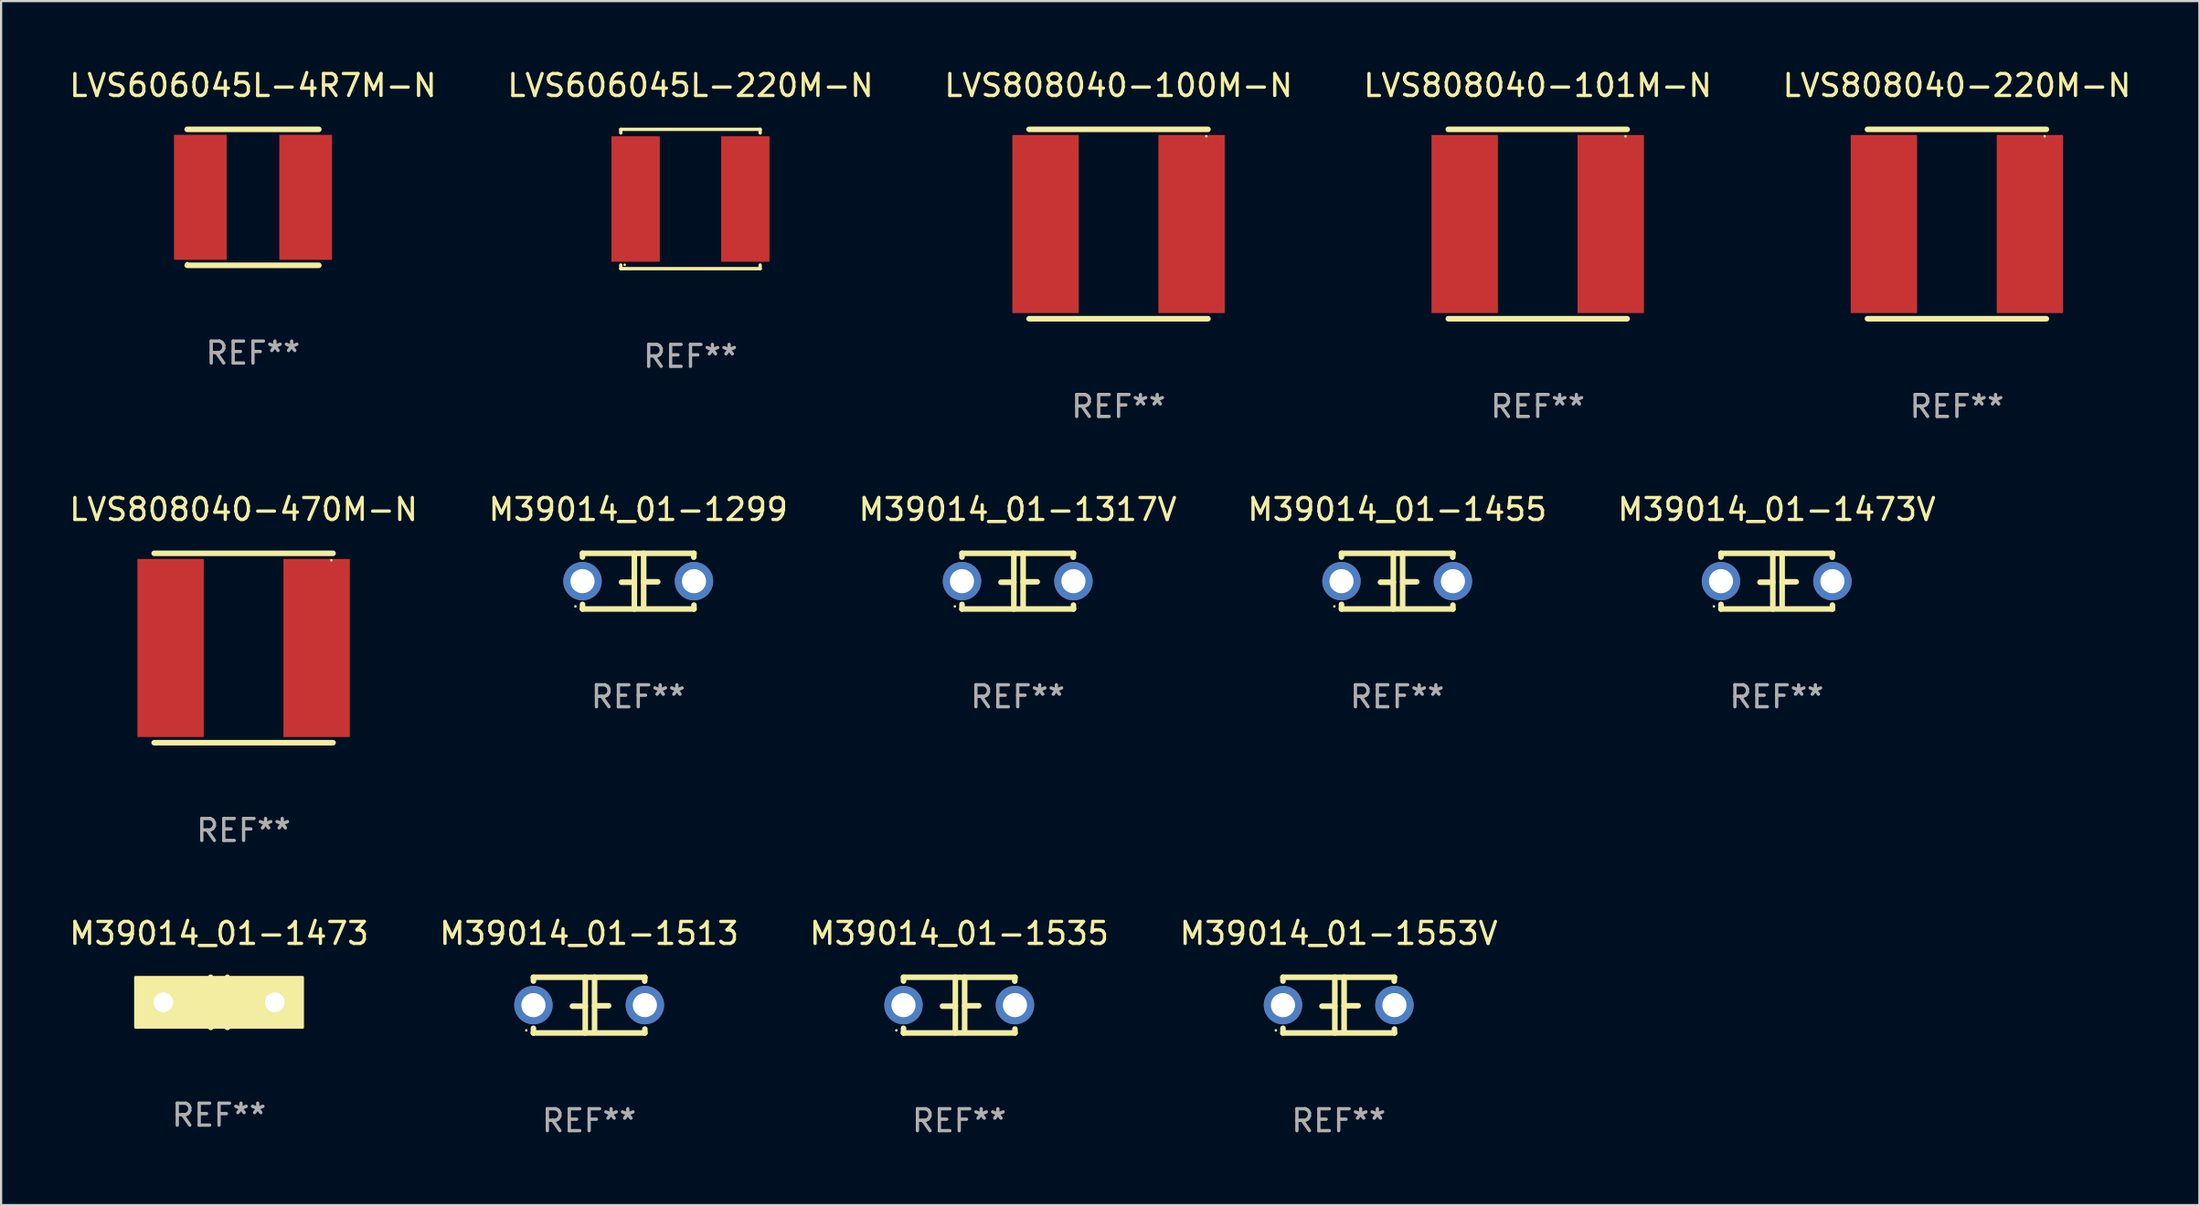
<source format=kicad_pcb>
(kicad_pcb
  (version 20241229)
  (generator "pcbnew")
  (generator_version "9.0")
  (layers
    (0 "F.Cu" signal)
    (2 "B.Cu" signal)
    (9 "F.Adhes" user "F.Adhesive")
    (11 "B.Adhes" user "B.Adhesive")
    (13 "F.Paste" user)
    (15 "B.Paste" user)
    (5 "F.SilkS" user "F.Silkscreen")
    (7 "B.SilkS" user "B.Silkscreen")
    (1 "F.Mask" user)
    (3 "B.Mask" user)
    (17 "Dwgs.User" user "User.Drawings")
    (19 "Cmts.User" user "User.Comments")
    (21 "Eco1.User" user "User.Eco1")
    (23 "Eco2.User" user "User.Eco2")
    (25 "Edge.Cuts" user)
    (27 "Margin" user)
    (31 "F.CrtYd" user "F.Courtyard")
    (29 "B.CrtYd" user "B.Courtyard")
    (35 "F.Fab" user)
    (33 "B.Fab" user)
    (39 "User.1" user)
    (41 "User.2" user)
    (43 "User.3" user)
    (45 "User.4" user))
  (footprint "M39014_01-1473"
    (layer "F.Cu")
    (at 6.935 42.656)
    (property "Reference" "M39014_01-1473" (at 0 -3.143 0) (layer "F.SilkS") (effects (font (size 1 1) (thickness 0.15))))
    (attr through_hole)
    (fp_line (start -0.381 -0.017) (end -0.889 -0.017) (stroke (width 0.254) (type solid)) (layer "F.SilkS"))
    (fp_line (start -0.381 1.143) (end -0.381 -1.143) (stroke (width 0.254) (type solid)) (layer "F.SilkS"))
    (fp_line (start 0.381 -1.143) (end 0.381 1.143) (stroke (width 0.254) (type solid)) (layer "F.SilkS"))
    (fp_line (start 0.381 0.017) (end 0.889 0.017) (stroke (width 0.254) (type solid)) (layer "F.SilkS"))
    (fp_circle (center -3.7 1.15) (end -3.67 1.15) (stroke (width 0.06) (type solid)) (fill no) (layer "F.SilkS"))
    (fp_poly (pts (xy -3.81 -1.143) (xy 3.81 -1.143) (xy 3.81 1.143) (xy -3.81 1.143)) (stroke (width 0.12) (type solid)) (fill yes) (layer "F.SilkS"))
    (fp_text user "REF**" (at 0 5.143 0) (layer "F.Fab") (effects (font (size 1 1) (thickness 0.15))))
    (pad "1" thru_hole circle (at -2.54 0) (size 1.524 1.524) (drill 0.9) (layers "*.Cu" "*.Mask"))
    (pad "2" thru_hole circle (at 2.54 0) (size 1.524 1.524) (drill 0.9) (layers "*.Cu" "*.Mask")))
  (footprint "M39014_01-1513"
    (layer "F.Cu")
    (at 23.804 42.783)
    (property "Reference" "M39014_01-1513" (at 0 -3.27 0) (layer "F.SilkS") (effects (font (size 1 1) (thickness 0.15))))
    (attr through_hole)
    (fp_line (start -2.54 -1.27) (end 2.54 -1.27) (stroke (width 0.254) (type solid)) (layer "F.SilkS"))
    (fp_line (start -2.54 -1.097) (end -2.54 -1.27) (stroke (width 0.254) (type solid)) (layer "F.SilkS"))
    (fp_line (start -2.54 1.27) (end -2.54 1.059) (stroke (width 0.254) (type solid)) (layer "F.SilkS"))
    (fp_line (start -0.177 -1.27) (end -0.177 1.27) (stroke (width 0.254) (type solid)) (layer "F.SilkS"))
    (fp_line (start -0.177 0.048) (end -0.762 0.048) (stroke (width 0.254) (type solid)) (layer "F.SilkS"))
    (fp_line (start 0.247 -1.27) (end 0.247 1.143) (stroke (width 0.254) (type solid)) (layer "F.SilkS"))
    (fp_line (start 0.247 0.029) (end 0.889 0.029) (stroke (width 0.254) (type solid)) (layer "F.SilkS"))
    (fp_line (start 2.54 -1.27) (end 2.531 -1.092) (stroke (width 0.254) (type solid)) (layer "F.SilkS"))
    (fp_line (start 2.54 1.092) (end 2.54 1.27) (stroke (width 0.254) (type solid)) (layer "F.SilkS"))
    (fp_line (start 2.54 1.27) (end -2.54 1.27) (stroke (width 0.254) (type solid)) (layer "F.SilkS"))
    (fp_circle (center -2.865 1.15) (end -2.835 1.15) (stroke (width 0.06) (type solid)) (fill no) (layer "F.SilkS"))
    (fp_text user "REF**" (at 0 5.27 0) (layer "F.Fab") (effects (font (size 1 1) (thickness 0.15))))
    (pad "1" thru_hole circle (at -2.54 0) (size 1.75 1.75) (drill 1.1) (layers "*.Cu" "*.Mask"))
    (pad "2" thru_hole circle (at 2.54 0) (size 1.75 1.75) (drill 1.1) (layers "*.Cu" "*.Mask")))
  (footprint "M39014_01-1317V"
    (layer "F.Cu")
    (at 43.339 23.451)
    (property "Reference" "M39014_01-1317V" (at 0 -3.27 0) (layer "F.SilkS") (effects (font (size 1 1) (thickness 0.15))))
    (attr through_hole)
    (fp_line (start -2.54 -1.27) (end 2.54 -1.27) (stroke (width 0.254) (type solid)) (layer "F.SilkS"))
    (fp_line (start -2.54 -1.097) (end -2.54 -1.27) (stroke (width 0.254) (type solid)) (layer "F.SilkS"))
    (fp_line (start -2.54 1.27) (end -2.54 1.059) (stroke (width 0.254) (type solid)) (layer "F.SilkS"))
    (fp_line (start -0.177 -1.27) (end -0.177 1.27) (stroke (width 0.254) (type solid)) (layer "F.SilkS"))
    (fp_line (start -0.177 0.048) (end -0.762 0.048) (stroke (width 0.254) (type solid)) (layer "F.SilkS"))
    (fp_line (start 0.247 -1.27) (end 0.247 1.143) (stroke (width 0.254) (type solid)) (layer "F.SilkS"))
    (fp_line (start 0.247 0.029) (end 0.889 0.029) (stroke (width 0.254) (type solid)) (layer "F.SilkS"))
    (fp_line (start 2.54 -1.27) (end 2.531 -1.092) (stroke (width 0.254) (type solid)) (layer "F.SilkS"))
    (fp_line (start 2.54 1.092) (end 2.54 1.27) (stroke (width 0.254) (type solid)) (layer "F.SilkS"))
    (fp_line (start 2.54 1.27) (end -2.54 1.27) (stroke (width 0.254) (type solid)) (layer "F.SilkS"))
    (fp_circle (center -2.865 1.15) (end -2.835 1.15) (stroke (width 0.06) (type solid)) (fill no) (layer "F.SilkS"))
    (fp_text user "REF**" (at 0 5.27 0) (layer "F.Fab") (effects (font (size 1 1) (thickness 0.15))))
    (pad "1" thru_hole circle (at -2.54 0) (size 1.75 1.75) (drill 1.1) (layers "*.Cu" "*.Mask"))
    (pad "2" thru_hole circle (at 2.54 0) (size 1.75 1.75) (drill 1.1) (layers "*.Cu" "*.Mask")))
  (footprint "LVS808040-100M-N"
    (layer "F.Cu")
    (at 47.935 7.166)
    (property "Reference" "LVS808040-100M-N" (at 0 -6.318 0) (layer "F.SilkS") (effects (font (size 1 1) (thickness 0.15))))
    (attr through_hole)
    (fp_line (start -4.076 -4.318) (end 4.076 -4.318) (stroke (width 0.254) (type solid)) (layer "F.SilkS"))
    (fp_line (start -4.076 4.318) (end 4.076 4.318) (stroke (width 0.254) (type solid)) (layer "F.SilkS"))
    (fp_circle (center 4 -4) (end 4.03 -4) (stroke (width 0.06) (type solid)) (fill no) (layer "F.SilkS"))
    (fp_text user "REF**" (at 0 8.318 0) (layer "F.Fab") (effects (font (size 1 1) (thickness 0.15))))
    (pad "1" smd rect (at 3.328 0) (size 3.024 8.12) (layers "F.Cu" "F.Mask" "F.Paste"))
    (pad "2" smd rect (at -3.328 0) (size 3.024 8.12) (layers "F.Cu" "F.Mask" "F.Paste")))
  (footprint "M39014_01-1473V"
    (layer "F.Cu")
    (at 77.935 23.451)
    (property "Reference" "M39014_01-1473V" (at 0 -3.27 0) (layer "F.SilkS") (effects (font (size 1 1) (thickness 0.15))))
    (attr through_hole)
    (fp_line (start -2.54 -1.27) (end 2.54 -1.27) (stroke (width 0.254) (type solid)) (layer "F.SilkS"))
    (fp_line (start -2.54 -1.097) (end -2.54 -1.27) (stroke (width 0.254) (type solid)) (layer "F.SilkS"))
    (fp_line (start -2.54 1.27) (end -2.54 1.059) (stroke (width 0.254) (type solid)) (layer "F.SilkS"))
    (fp_line (start -0.177 -1.27) (end -0.177 1.27) (stroke (width 0.254) (type solid)) (layer "F.SilkS"))
    (fp_line (start -0.177 0.048) (end -0.762 0.048) (stroke (width 0.254) (type solid)) (layer "F.SilkS"))
    (fp_line (start 0.247 -1.27) (end 0.247 1.143) (stroke (width 0.254) (type solid)) (layer "F.SilkS"))
    (fp_line (start 0.247 0.029) (end 0.889 0.029) (stroke (width 0.254) (type solid)) (layer "F.SilkS"))
    (fp_line (start 2.54 -1.27) (end 2.531 -1.092) (stroke (width 0.254) (type solid)) (layer "F.SilkS"))
    (fp_line (start 2.54 1.092) (end 2.54 1.27) (stroke (width 0.254) (type solid)) (layer "F.SilkS"))
    (fp_line (start 2.54 1.27) (end -2.54 1.27) (stroke (width 0.254) (type solid)) (layer "F.SilkS"))
    (fp_circle (center -2.865 1.15) (end -2.835 1.15) (stroke (width 0.06) (type solid)) (fill no) (layer "F.SilkS"))
    (fp_text user "REF**" (at 0 5.27 0) (layer "F.Fab") (effects (font (size 1 1) (thickness 0.15))))
    (pad "1" thru_hole circle (at -2.54 0) (size 1.75 1.75) (drill 1.1) (layers "*.Cu" "*.Mask"))
    (pad "2" thru_hole circle (at 2.54 0) (size 1.75 1.75) (drill 1.1) (layers "*.Cu" "*.Mask")))
  (footprint "M39014_01-1299"
    (layer "F.Cu")
    (at 26.042 23.451)
    (property "Reference" "M39014_01-1299" (at 0 -3.27 0) (layer "F.SilkS") (effects (font (size 1 1) (thickness 0.15))))
    (attr through_hole)
    (fp_line (start -2.54 -1.27) (end 2.54 -1.27) (stroke (width 0.254) (type solid)) (layer "F.SilkS"))
    (fp_line (start -2.54 -1.097) (end -2.54 -1.27) (stroke (width 0.254) (type solid)) (layer "F.SilkS"))
    (fp_line (start -2.54 1.27) (end -2.54 1.059) (stroke (width 0.254) (type solid)) (layer "F.SilkS"))
    (fp_line (start -0.177 -1.27) (end -0.177 1.27) (stroke (width 0.254) (type solid)) (layer "F.SilkS"))
    (fp_line (start -0.177 0.048) (end -0.762 0.048) (stroke (width 0.254) (type solid)) (layer "F.SilkS"))
    (fp_line (start 0.247 -1.27) (end 0.247 1.143) (stroke (width 0.254) (type solid)) (layer "F.SilkS"))
    (fp_line (start 0.247 0.029) (end 0.889 0.029) (stroke (width 0.254) (type solid)) (layer "F.SilkS"))
    (fp_line (start 2.54 -1.27) (end 2.531 -1.092) (stroke (width 0.254) (type solid)) (layer "F.SilkS"))
    (fp_line (start 2.54 1.092) (end 2.54 1.27) (stroke (width 0.254) (type solid)) (layer "F.SilkS"))
    (fp_line (start 2.54 1.27) (end -2.54 1.27) (stroke (width 0.254) (type solid)) (layer "F.SilkS"))
    (fp_circle (center -2.865 1.15) (end -2.835 1.15) (stroke (width 0.06) (type solid)) (fill no) (layer "F.SilkS"))
    (fp_text user "REF**" (at 0 5.27 0) (layer "F.Fab") (effects (font (size 1 1) (thickness 0.15))))
    (pad "1" thru_hole circle (at -2.54 0) (size 1.75 1.75) (drill 1.1) (layers "*.Cu" "*.Mask"))
    (pad "2" thru_hole circle (at 2.54 0) (size 1.75 1.75) (drill 1.1) (layers "*.Cu" "*.Mask")))
  (footprint "LVS606045L-220M-N"
    (layer "F.Cu")
    (at 28.423 6.024)
    (property "Reference" "LVS606045L-220M-N" (at 0 -5.176 0) (layer "F.SilkS") (effects (font (size 1 1) (thickness 0.15))))
    (attr through_hole)
    (fp_line (start -3.176 -3.176) (end 3.176 -3.176) (stroke (width 0.152) (type solid)) (layer "F.SilkS"))
    (fp_line (start -3.176 -3.012) (end -3.176 -3.176) (stroke (width 0.152) (type solid)) (layer "F.SilkS"))
    (fp_line (start -3.176 3.012) (end -3.176 3.176) (stroke (width 0.152) (type solid)) (layer "F.SilkS"))
    (fp_line (start -3.176 3.176) (end 3.176 3.176) (stroke (width 0.152) (type solid)) (layer "F.SilkS"))
    (fp_line (start 3.176 -3.176) (end 3.176 -3.012) (stroke (width 0.152) (type solid)) (layer "F.SilkS"))
    (fp_line (start 3.176 3.176) (end 3.176 3.012) (stroke (width 0.152) (type solid)) (layer "F.SilkS"))
    (fp_circle (center -3 3) (end -2.97 3) (stroke (width 0.06) (type solid)) (fill no) (layer "F.SilkS"))
    (fp_text user "REF**" (at 0 7.176 0) (layer "F.Fab") (effects (font (size 1 1) (thickness 0.15))))
    (pad "1" smd rect (at -2.5 0) (size 2.2 5.72) (layers "F.Cu" "F.Mask" "F.Paste"))
    (pad "2" smd rect (at 2.5 0) (size 2.2 5.72) (layers "F.Cu" "F.Mask" "F.Paste")))
  (footprint "M39014_01-1455"
    (layer "F.Cu")
    (at 60.637 23.451)
    (property "Reference" "M39014_01-1455" (at 0 -3.27 0) (layer "F.SilkS") (effects (font (size 1 1) (thickness 0.15))))
    (attr through_hole)
    (fp_line (start -2.54 -1.27) (end 2.54 -1.27) (stroke (width 0.254) (type solid)) (layer "F.SilkS"))
    (fp_line (start -2.54 -1.097) (end -2.54 -1.27) (stroke (width 0.254) (type solid)) (layer "F.SilkS"))
    (fp_line (start -2.54 1.27) (end -2.54 1.059) (stroke (width 0.254) (type solid)) (layer "F.SilkS"))
    (fp_line (start -0.177 -1.27) (end -0.177 1.27) (stroke (width 0.254) (type solid)) (layer "F.SilkS"))
    (fp_line (start -0.177 0.048) (end -0.762 0.048) (stroke (width 0.254) (type solid)) (layer "F.SilkS"))
    (fp_line (start 0.247 -1.27) (end 0.247 1.143) (stroke (width 0.254) (type solid)) (layer "F.SilkS"))
    (fp_line (start 0.247 0.029) (end 0.889 0.029) (stroke (width 0.254) (type solid)) (layer "F.SilkS"))
    (fp_line (start 2.54 -1.27) (end 2.531 -1.092) (stroke (width 0.254) (type solid)) (layer "F.SilkS"))
    (fp_line (start 2.54 1.092) (end 2.54 1.27) (stroke (width 0.254) (type solid)) (layer "F.SilkS"))
    (fp_line (start 2.54 1.27) (end -2.54 1.27) (stroke (width 0.254) (type solid)) (layer "F.SilkS"))
    (fp_circle (center -2.865 1.15) (end -2.835 1.15) (stroke (width 0.06) (type solid)) (fill no) (layer "F.SilkS"))
    (fp_text user "REF**" (at 0 5.27 0) (layer "F.Fab") (effects (font (size 1 1) (thickness 0.15))))
    (pad "1" thru_hole circle (at -2.54 0) (size 1.75 1.75) (drill 1.1) (layers "*.Cu" "*.Mask"))
    (pad "2" thru_hole circle (at 2.54 0) (size 1.75 1.75) (drill 1.1) (layers "*.Cu" "*.Mask")))
  (footprint "LVS808040-101M-N"
    (layer "F.Cu")
    (at 67.042 7.166)
    (property "Reference" "LVS808040-101M-N" (at 0 -6.318 0) (layer "F.SilkS") (effects (font (size 1 1) (thickness 0.15))))
    (attr through_hole)
    (fp_line (start -4.076 -4.318) (end 4.076 -4.318) (stroke (width 0.254) (type solid)) (layer "F.SilkS"))
    (fp_line (start -4.076 4.318) (end 4.076 4.318) (stroke (width 0.254) (type solid)) (layer "F.SilkS"))
    (fp_circle (center 4 -4) (end 4.03 -4) (stroke (width 0.06) (type solid)) (fill no) (layer "F.SilkS"))
    (fp_text user "REF**" (at 0 8.318 0) (layer "F.Fab") (effects (font (size 1 1) (thickness 0.15))))
    (pad "1" smd rect (at 3.328 0) (size 3.024 8.12) (layers "F.Cu" "F.Mask" "F.Paste"))
    (pad "2" smd rect (at -3.328 0) (size 3.024 8.12) (layers "F.Cu" "F.Mask" "F.Paste")))
  (footprint "M39014_01-1535"
    (layer "F.Cu")
    (at 40.673 42.783)
    (property "Reference" "M39014_01-1535" (at 0 -3.27 0) (layer "F.SilkS") (effects (font (size 1 1) (thickness 0.15))))
    (attr through_hole)
    (fp_line (start -2.54 -1.27) (end 2.54 -1.27) (stroke (width 0.254) (type solid)) (layer "F.SilkS"))
    (fp_line (start -2.54 -1.097) (end -2.54 -1.27) (stroke (width 0.254) (type solid)) (layer "F.SilkS"))
    (fp_line (start -2.54 1.27) (end -2.54 1.059) (stroke (width 0.254) (type solid)) (layer "F.SilkS"))
    (fp_line (start -0.177 -1.27) (end -0.177 1.27) (stroke (width 0.254) (type solid)) (layer "F.SilkS"))
    (fp_line (start -0.177 0.048) (end -0.762 0.048) (stroke (width 0.254) (type solid)) (layer "F.SilkS"))
    (fp_line (start 0.247 -1.27) (end 0.247 1.143) (stroke (width 0.254) (type solid)) (layer "F.SilkS"))
    (fp_line (start 0.247 0.029) (end 0.889 0.029) (stroke (width 0.254) (type solid)) (layer "F.SilkS"))
    (fp_line (start 2.54 -1.27) (end 2.531 -1.092) (stroke (width 0.254) (type solid)) (layer "F.SilkS"))
    (fp_line (start 2.54 1.092) (end 2.54 1.27) (stroke (width 0.254) (type solid)) (layer "F.SilkS"))
    (fp_line (start 2.54 1.27) (end -2.54 1.27) (stroke (width 0.254) (type solid)) (layer "F.SilkS"))
    (fp_circle (center -2.865 1.15) (end -2.835 1.15) (stroke (width 0.06) (type solid)) (fill no) (layer "F.SilkS"))
    (fp_text user "REF**" (at 0 5.27 0) (layer "F.Fab") (effects (font (size 1 1) (thickness 0.15))))
    (pad "1" thru_hole circle (at -2.54 0) (size 1.75 1.75) (drill 1.1) (layers "*.Cu" "*.Mask"))
    (pad "2" thru_hole circle (at 2.54 0) (size 1.75 1.75) (drill 1.1) (layers "*.Cu" "*.Mask")))
  (footprint "LVS808040-470M-N"
    (layer "F.Cu")
    (at 8.054 26.499)
    (property "Reference" "LVS808040-470M-N" (at 0 -6.318 0) (layer "F.SilkS") (effects (font (size 1 1) (thickness 0.15))))
    (attr through_hole)
    (fp_line (start -4.076 -4.318) (end 4.076 -4.318) (stroke (width 0.254) (type solid)) (layer "F.SilkS"))
    (fp_line (start -4.076 4.318) (end 4.076 4.318) (stroke (width 0.254) (type solid)) (layer "F.SilkS"))
    (fp_circle (center 4 -4) (end 4.03 -4) (stroke (width 0.06) (type solid)) (fill no) (layer "F.SilkS"))
    (fp_text user "REF**" (at 0 8.318 0) (layer "F.Fab") (effects (font (size 1 1) (thickness 0.15))))
    (pad "1" smd rect (at 3.328 0) (size 3.024 8.12) (layers "F.Cu" "F.Mask" "F.Paste"))
    (pad "2" smd rect (at -3.328 0) (size 3.024 8.12) (layers "F.Cu" "F.Mask" "F.Paste")))
  (footprint "LVS606045L-4R7M-N"
    (layer "F.Cu")
    (at 8.482 5.948)
    (property "Reference" "LVS606045L-4R7M-N" (at 0 -5.1 0) (layer "F.SilkS") (effects (font (size 1 1) (thickness 0.15))))
    (attr through_hole)
    (fp_line (start -3 -3.1) (end 3 -3.1) (stroke (width 0.254) (type solid)) (layer "F.SilkS"))
    (fp_line (start -3 3.1) (end 3 3.1) (stroke (width 0.254) (type solid)) (layer "F.SilkS"))
    (fp_circle (center -3 3) (end -2.97 3) (stroke (width 0.06) (type solid)) (fill no) (layer "F.SilkS"))
    (fp_text user "REF**" (at 0 7.1 0) (layer "F.Fab") (effects (font (size 1 1) (thickness 0.15))))
    (pad "1" smd rect (at -2.4 0) (size 2.4 5.7) (layers "F.Cu" "F.Mask" "F.Paste"))
    (pad "2" smd rect (at 2.4 0) (size 2.4 5.7) (layers "F.Cu" "F.Mask" "F.Paste")))
  (footprint "LVS808040-220M-N"
    (layer "F.Cu")
    (at 86.149 7.166)
    (property "Reference" "LVS808040-220M-N" (at 0 -6.318 0) (layer "F.SilkS") (effects (font (size 1 1) (thickness 0.15))))
    (attr through_hole)
    (fp_line (start -4.076 -4.318) (end 4.076 -4.318) (stroke (width 0.254) (type solid)) (layer "F.SilkS"))
    (fp_line (start -4.076 4.318) (end 4.076 4.318) (stroke (width 0.254) (type solid)) (layer "F.SilkS"))
    (fp_circle (center 4 -4) (end 4.03 -4) (stroke (width 0.06) (type solid)) (fill no) (layer "F.SilkS"))
    (fp_text user "REF**" (at 0 8.318 0) (layer "F.Fab") (effects (font (size 1 1) (thickness 0.15))))
    (pad "1" smd rect (at 3.328 0) (size 3.024 8.12) (layers "F.Cu" "F.Mask" "F.Paste"))
    (pad "2" smd rect (at -3.328 0) (size 3.024 8.12) (layers "F.Cu" "F.Mask" "F.Paste")))
  (footprint "M39014_01-1553V"
    (layer "F.Cu")
    (at 57.97 42.783)
    (property "Reference" "M39014_01-1553V" (at 0 -3.27 0) (layer "F.SilkS") (effects (font (size 1 1) (thickness 0.15))))
    (attr through_hole)
    (fp_line (start -2.54 -1.27) (end 2.54 -1.27) (stroke (width 0.254) (type solid)) (layer "F.SilkS"))
    (fp_line (start -2.54 -1.097) (end -2.54 -1.27) (stroke (width 0.254) (type solid)) (layer "F.SilkS"))
    (fp_line (start -2.54 1.27) (end -2.54 1.059) (stroke (width 0.254) (type solid)) (layer "F.SilkS"))
    (fp_line (start -0.177 -1.27) (end -0.177 1.27) (stroke (width 0.254) (type solid)) (layer "F.SilkS"))
    (fp_line (start -0.177 0.048) (end -0.762 0.048) (stroke (width 0.254) (type solid)) (layer "F.SilkS"))
    (fp_line (start 0.247 -1.27) (end 0.247 1.143) (stroke (width 0.254) (type solid)) (layer "F.SilkS"))
    (fp_line (start 0.247 0.029) (end 0.889 0.029) (stroke (width 0.254) (type solid)) (layer "F.SilkS"))
    (fp_line (start 2.54 -1.27) (end 2.531 -1.092) (stroke (width 0.254) (type solid)) (layer "F.SilkS"))
    (fp_line (start 2.54 1.092) (end 2.54 1.27) (stroke (width 0.254) (type solid)) (layer "F.SilkS"))
    (fp_line (start 2.54 1.27) (end -2.54 1.27) (stroke (width 0.254) (type solid)) (layer "F.SilkS"))
    (fp_circle (center -2.865 1.15) (end -2.835 1.15) (stroke (width 0.06) (type solid)) (fill no) (layer "F.SilkS"))
    (fp_text user "REF**" (at 0 5.27 0) (layer "F.Fab") (effects (font (size 1 1) (thickness 0.15))))
    (pad "1" thru_hole circle (at -2.54 0) (size 1.75 1.75) (drill 1.1) (layers "*.Cu" "*.Mask"))
    (pad "2" thru_hole circle (at 2.54 0) (size 1.75 1.75) (drill 1.1) (layers "*.Cu" "*.Mask")))
  (gr_rect
    (start -3 -3)
    (end 97.202 51.902)
    (stroke (width 0.1) (type default))
    (fill no)
    (layer "Edge.Cuts")))
</source>
